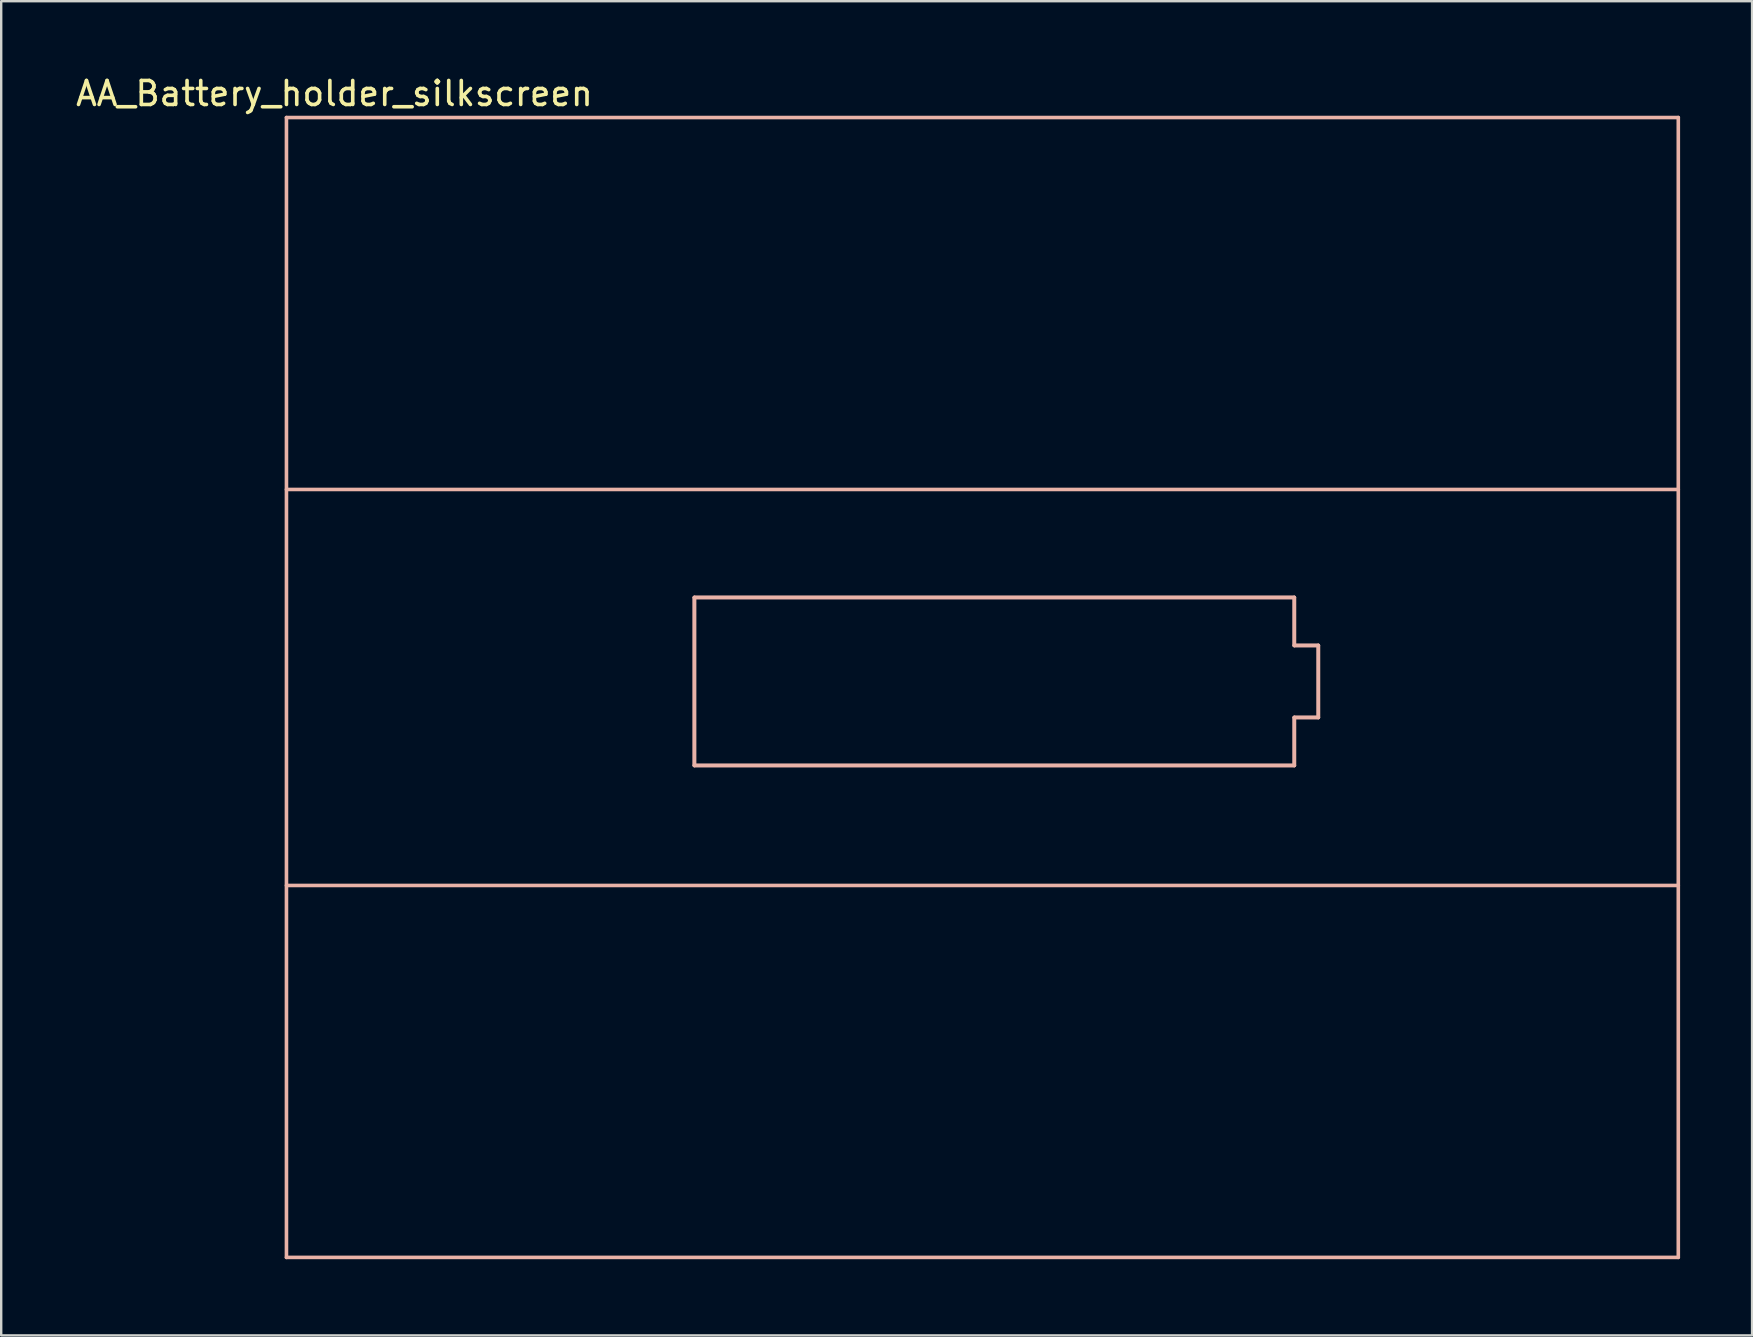
<source format=kicad_pcb>
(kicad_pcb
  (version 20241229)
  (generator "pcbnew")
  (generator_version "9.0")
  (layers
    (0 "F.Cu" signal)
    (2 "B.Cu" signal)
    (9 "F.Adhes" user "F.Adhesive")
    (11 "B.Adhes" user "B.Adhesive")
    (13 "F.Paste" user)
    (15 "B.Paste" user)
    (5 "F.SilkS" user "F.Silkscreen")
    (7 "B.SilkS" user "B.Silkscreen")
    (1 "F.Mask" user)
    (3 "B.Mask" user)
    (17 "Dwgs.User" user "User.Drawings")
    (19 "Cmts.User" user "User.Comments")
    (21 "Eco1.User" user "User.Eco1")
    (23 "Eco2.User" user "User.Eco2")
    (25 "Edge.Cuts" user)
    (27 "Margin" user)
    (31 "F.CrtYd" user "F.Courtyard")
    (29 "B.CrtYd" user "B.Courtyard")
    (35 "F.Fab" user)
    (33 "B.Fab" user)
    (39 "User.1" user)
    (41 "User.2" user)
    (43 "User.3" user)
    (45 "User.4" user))
  (footprint "AA_Battery_holder_silkscreen"
    (layer "F.Cu")
    (at 8.887 49.348)
    (property "Reference" "AA_Battery_holder_silkscreen" (at 2 -48.5 0) (layer "F.SilkS") (effects (font (size 1 1) (thickness 0.15))))
    (attr through_hole)
    (fp_line (start 0 -47.5) (end 0 0) (stroke (width 0.15) (type solid)) (layer "B.SilkS"))
    (fp_line (start 0 -32) (end 58 -32) (stroke (width 0.15) (type solid)) (layer "B.SilkS"))
    (fp_line (start 0 -15.5) (end 58 -15.5) (stroke (width 0.15) (type solid)) (layer "B.SilkS"))
    (fp_line (start 0 0) (end 58 0) (stroke (width 0.15) (type solid)) (layer "B.SilkS"))
    (fp_line (start 17 -27.5) (end 17 -20.5) (stroke (width 0.15) (type solid)) (layer "B.SilkS"))
    (fp_line (start 17 -27.5) (end 17 -20.5) (stroke (width 0.15) (type solid)) (layer "B.SilkS"))
    (fp_line (start 17 -20.5) (end 42 -20.5) (stroke (width 0.15) (type solid)) (layer "B.SilkS"))
    (fp_line (start 17 -20.5) (end 42 -20.5) (stroke (width 0.15) (type solid)) (layer "B.SilkS"))
    (fp_line (start 42 -27.5) (end 17 -27.5) (stroke (width 0.15) (type solid)) (layer "B.SilkS"))
    (fp_line (start 42 -27.5) (end 17 -27.5) (stroke (width 0.15) (type solid)) (layer "B.SilkS"))
    (fp_line (start 42 -25.5) (end 42 -27.5) (stroke (width 0.15) (type solid)) (layer "B.SilkS"))
    (fp_line (start 42 -25.5) (end 42 -27.5) (stroke (width 0.15) (type solid)) (layer "B.SilkS"))
    (fp_line (start 42 -22.5) (end 43 -22.5) (stroke (width 0.15) (type solid)) (layer "B.SilkS"))
    (fp_line (start 42 -22.5) (end 43 -22.5) (stroke (width 0.15) (type solid)) (layer "B.SilkS"))
    (fp_line (start 42 -20.5) (end 42 -22.5) (stroke (width 0.15) (type solid)) (layer "B.SilkS"))
    (fp_line (start 42 -20.5) (end 42 -22.5) (stroke (width 0.15) (type solid)) (layer "B.SilkS"))
    (fp_line (start 43 -25.5) (end 42 -25.5) (stroke (width 0.15) (type solid)) (layer "B.SilkS"))
    (fp_line (start 43 -25.5) (end 42 -25.5) (stroke (width 0.15) (type solid)) (layer "B.SilkS"))
    (fp_line (start 43 -22.5) (end 43 -25.5) (stroke (width 0.15) (type solid)) (layer "B.SilkS"))
    (fp_line (start 43 -22.5) (end 43 -25.5) (stroke (width 0.15) (type solid)) (layer "B.SilkS"))
    (fp_line (start 58 -47.5) (end 0 -47.5) (stroke (width 0.15) (type solid)) (layer "B.SilkS"))
    (fp_line (start 58 0) (end 58 -47.5) (stroke (width 0.15) (type solid)) (layer "B.SilkS")))
  (gr_rect
    (start -3 -3)
    (end 69.962 52.598)
    (stroke (width 0.1) (type default))
    (fill no)
    (layer "Edge.Cuts")))
</source>
